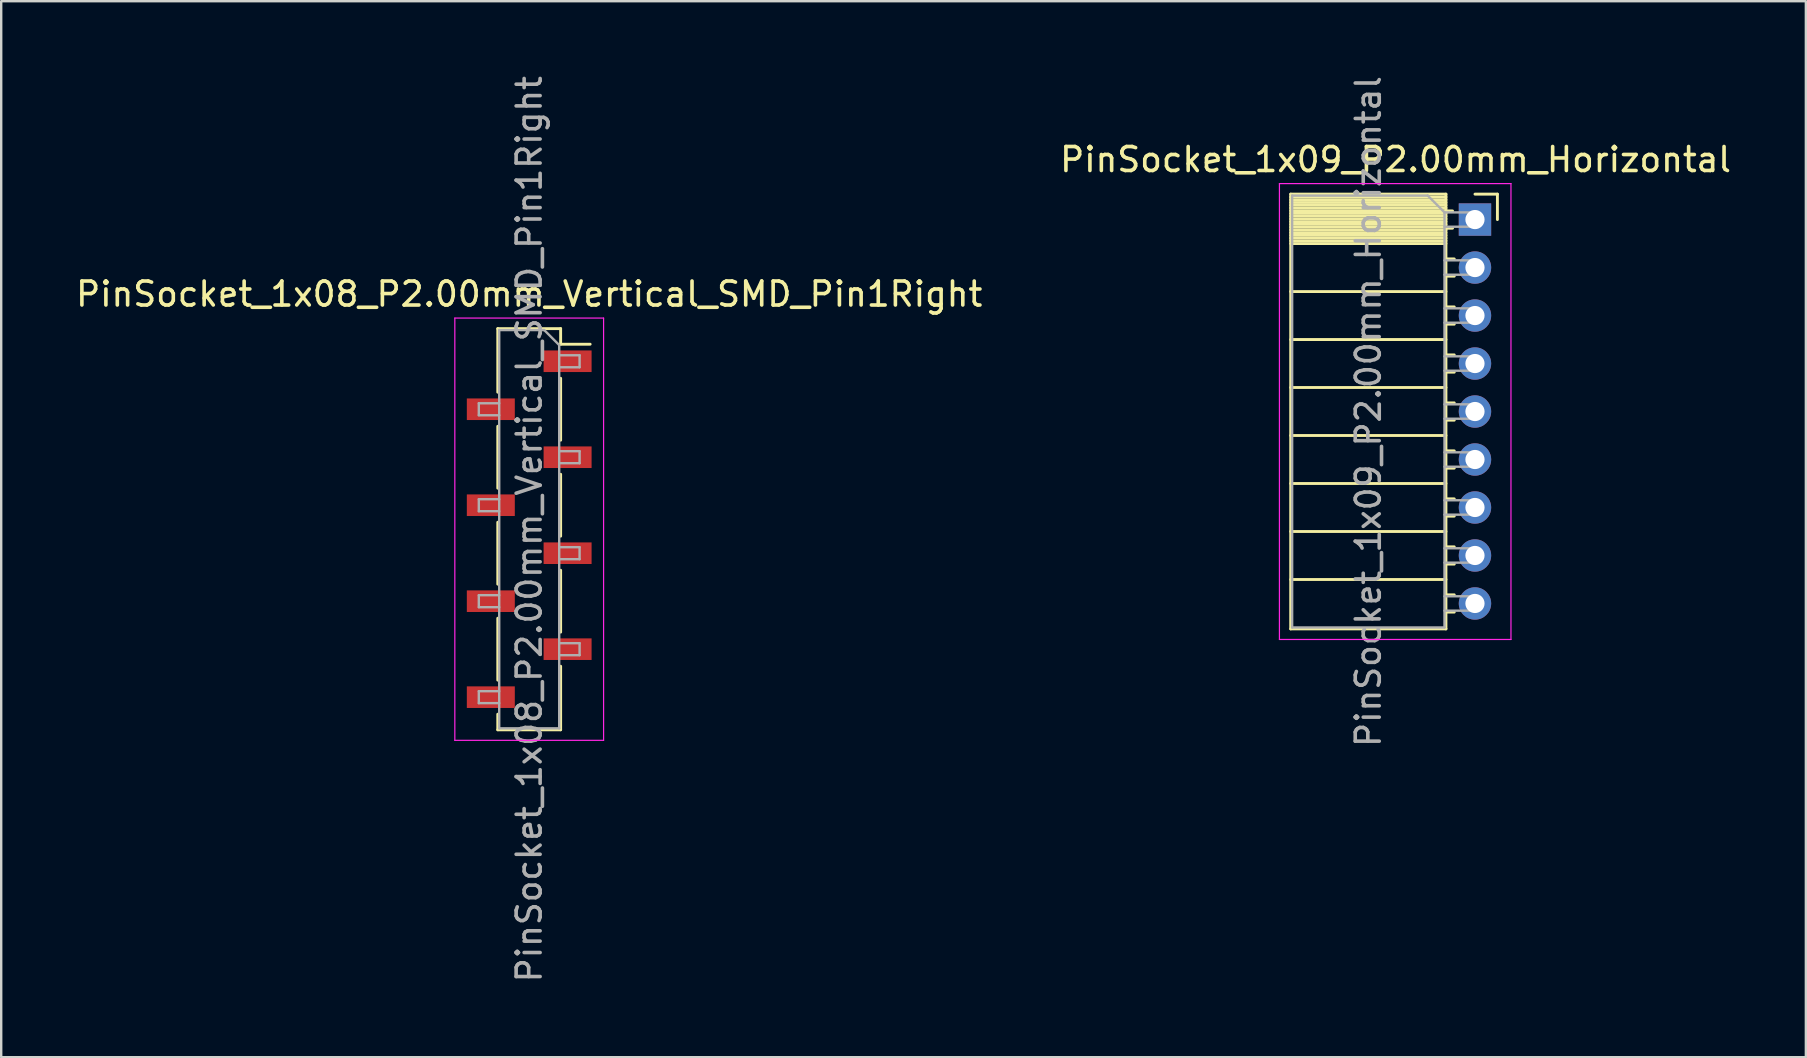
<source format=kicad_pcb>
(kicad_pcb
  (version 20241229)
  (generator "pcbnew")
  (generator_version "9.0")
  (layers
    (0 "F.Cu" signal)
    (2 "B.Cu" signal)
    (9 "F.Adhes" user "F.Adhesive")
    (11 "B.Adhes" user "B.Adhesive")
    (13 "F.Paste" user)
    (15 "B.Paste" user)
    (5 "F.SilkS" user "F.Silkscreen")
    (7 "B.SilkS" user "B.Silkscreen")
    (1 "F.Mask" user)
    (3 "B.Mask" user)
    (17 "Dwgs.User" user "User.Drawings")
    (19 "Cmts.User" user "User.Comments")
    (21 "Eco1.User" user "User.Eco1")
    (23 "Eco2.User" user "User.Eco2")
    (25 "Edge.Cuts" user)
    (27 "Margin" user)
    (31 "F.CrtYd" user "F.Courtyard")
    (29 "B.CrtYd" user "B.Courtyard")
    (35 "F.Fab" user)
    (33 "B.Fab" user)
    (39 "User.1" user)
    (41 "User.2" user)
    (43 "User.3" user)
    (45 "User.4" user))
  (footprint "PinSocket_1x08_P2.00mm_Vertical_SMD_Pin1Right"
    (layer "F.Cu")
    (at 19.006 19.006)
    (property "Reference" "PinSocket_1x08_P2.00mm_Vertical_SMD_Pin1Right" (at 0 -9.8 0) (layer "F.SilkS") (effects (font (size 1 1) (thickness 0.15))))
    (attr smd)
    (fp_line (start -1.31 -8.36) (end -1.31 -5.71) (stroke (width 0.12) (type solid)) (layer "F.SilkS"))
    (fp_line (start -1.31 -8.36) (end 1.31 -8.36) (stroke (width 0.12) (type solid)) (layer "F.SilkS"))
    (fp_line (start -1.31 -4.29) (end -1.31 -1.71) (stroke (width 0.12) (type solid)) (layer "F.SilkS"))
    (fp_line (start -1.31 -0.29) (end -1.31 2.29) (stroke (width 0.12) (type solid)) (layer "F.SilkS"))
    (fp_line (start -1.31 3.71) (end -1.31 6.29) (stroke (width 0.12) (type solid)) (layer "F.SilkS"))
    (fp_line (start -1.31 7.71) (end -1.31 8.36) (stroke (width 0.12) (type solid)) (layer "F.SilkS"))
    (fp_line (start -1.31 8.36) (end 1.31 8.36) (stroke (width 0.12) (type solid)) (layer "F.SilkS"))
    (fp_line (start 1.31 -8.36) (end 1.31 -7.71) (stroke (width 0.12) (type solid)) (layer "F.SilkS"))
    (fp_line (start 1.31 -7.71) (end 2.54 -7.71) (stroke (width 0.12) (type solid)) (layer "F.SilkS"))
    (fp_line (start 1.31 -6.29) (end 1.31 -3.71) (stroke (width 0.12) (type solid)) (layer "F.SilkS"))
    (fp_line (start 1.31 -2.29) (end 1.31 0.29) (stroke (width 0.12) (type solid)) (layer "F.SilkS"))
    (fp_line (start 1.31 1.71) (end 1.31 4.29) (stroke (width 0.12) (type solid)) (layer "F.SilkS"))
    (fp_line (start 1.31 5.71) (end 1.31 8.36) (stroke (width 0.12) (type solid)) (layer "F.SilkS"))
    (fp_line (start -3.1 -8.8) (end 3.1 -8.8) (stroke (width 0.05) (type solid)) (layer "F.CrtYd"))
    (fp_line (start -3.1 8.8) (end -3.1 -8.8) (stroke (width 0.05) (type solid)) (layer "F.CrtYd"))
    (fp_line (start 3.1 -8.8) (end 3.1 8.8) (stroke (width 0.05) (type solid)) (layer "F.CrtYd"))
    (fp_line (start 3.1 8.8) (end -3.1 8.8) (stroke (width 0.05) (type solid)) (layer "F.CrtYd"))
    (fp_line (start -2.1 -5.25) (end -1.25 -5.25) (stroke (width 0.1) (type solid)) (layer "F.Fab"))
    (fp_line (start -2.1 -4.75) (end -2.1 -5.25) (stroke (width 0.1) (type solid)) (layer "F.Fab"))
    (fp_line (start -2.1 -1.25) (end -1.25 -1.25) (stroke (width 0.1) (type solid)) (layer "F.Fab"))
    (fp_line (start -2.1 -0.75) (end -2.1 -1.25) (stroke (width 0.1) (type solid)) (layer "F.Fab"))
    (fp_line (start -2.1 2.75) (end -1.25 2.75) (stroke (width 0.1) (type solid)) (layer "F.Fab"))
    (fp_line (start -2.1 3.25) (end -2.1 2.75) (stroke (width 0.1) (type solid)) (layer "F.Fab"))
    (fp_line (start -2.1 6.75) (end -1.25 6.75) (stroke (width 0.1) (type solid)) (layer "F.Fab"))
    (fp_line (start -2.1 7.25) (end -2.1 6.75) (stroke (width 0.1) (type solid)) (layer "F.Fab"))
    (fp_line (start -1.25 -8.3) (end 0.625 -8.3) (stroke (width 0.1) (type solid)) (layer "F.Fab"))
    (fp_line (start -1.25 -4.75) (end -2.1 -4.75) (stroke (width 0.1) (type solid)) (layer "F.Fab"))
    (fp_line (start -1.25 -0.75) (end -2.1 -0.75) (stroke (width 0.1) (type solid)) (layer "F.Fab"))
    (fp_line (start -1.25 3.25) (end -2.1 3.25) (stroke (width 0.1) (type solid)) (layer "F.Fab"))
    (fp_line (start -1.25 7.25) (end -2.1 7.25) (stroke (width 0.1) (type solid)) (layer "F.Fab"))
    (fp_line (start -1.25 8.3) (end -1.25 -8.3) (stroke (width 0.1) (type solid)) (layer "F.Fab"))
    (fp_line (start 0.625 -8.3) (end 1.25 -7.675) (stroke (width 0.1) (type solid)) (layer "F.Fab"))
    (fp_line (start 1.25 -7.675) (end 1.25 8.3) (stroke (width 0.1) (type solid)) (layer "F.Fab"))
    (fp_line (start 1.25 -7.25) (end 2.1 -7.25) (stroke (width 0.1) (type solid)) (layer "F.Fab"))
    (fp_line (start 1.25 -3.25) (end 2.1 -3.25) (stroke (width 0.1) (type solid)) (layer "F.Fab"))
    (fp_line (start 1.25 0.75) (end 2.1 0.75) (stroke (width 0.1) (type solid)) (layer "F.Fab"))
    (fp_line (start 1.25 4.75) (end 2.1 4.75) (stroke (width 0.1) (type solid)) (layer "F.Fab"))
    (fp_line (start 1.25 8.3) (end -1.25 8.3) (stroke (width 0.1) (type solid)) (layer "F.Fab"))
    (fp_line (start 2.1 -7.25) (end 2.1 -6.75) (stroke (width 0.1) (type solid)) (layer "F.Fab"))
    (fp_line (start 2.1 -6.75) (end 1.25 -6.75) (stroke (width 0.1) (type solid)) (layer "F.Fab"))
    (fp_line (start 2.1 -3.25) (end 2.1 -2.75) (stroke (width 0.1) (type solid)) (layer "F.Fab"))
    (fp_line (start 2.1 -2.75) (end 1.25 -2.75) (stroke (width 0.1) (type solid)) (layer "F.Fab"))
    (fp_line (start 2.1 0.75) (end 2.1 1.25) (stroke (width 0.1) (type solid)) (layer "F.Fab"))
    (fp_line (start 2.1 1.25) (end 1.25 1.25) (stroke (width 0.1) (type solid)) (layer "F.Fab"))
    (fp_line (start 2.1 4.75) (end 2.1 5.25) (stroke (width 0.1) (type solid)) (layer "F.Fab"))
    (fp_line (start 2.1 5.25) (end 1.25 5.25) (stroke (width 0.1) (type solid)) (layer "F.Fab"))
    (fp_text user "${REFERENCE}" (at 0 0 90) (layer "F.Fab") (effects (font (size 1 1) (thickness 0.15))))
    (pad "1" smd rect (at 1.6 -7) (size 2 0.9) (layers "F.Cu" "F.Mask" "F.Paste"))
    (pad "2" smd rect (at -1.6 -5) (size 2 0.9) (layers "F.Cu" "F.Mask" "F.Paste"))
    (pad "3" smd rect (at 1.6 -3) (size 2 0.9) (layers "F.Cu" "F.Mask" "F.Paste"))
    (pad "4" smd rect (at -1.6 -1) (size 2 0.9) (layers "F.Cu" "F.Mask" "F.Paste"))
    (pad "5" smd rect (at 1.6 1) (size 2 0.9) (layers "F.Cu" "F.Mask" "F.Paste"))
    (pad "6" smd rect (at -1.6 3) (size 2 0.9) (layers "F.Cu" "F.Mask" "F.Paste"))
    (pad "7" smd rect (at 1.6 5) (size 2 0.9) (layers "F.Cu" "F.Mask" "F.Paste"))
    (pad "8" smd rect (at -1.6 7) (size 2 0.9) (layers "F.Cu" "F.Mask" "F.Paste")))
  (footprint "PinSocket_1x09_P2.00mm_Horizontal"
    (layer "F.Cu")
    (at 58.423 6.101)
    (property "Reference" "PinSocket_1x09_P2.00mm_Horizontal" (at -3.31 -2.5 0) (layer "F.SilkS") (effects (font (size 1 1) (thickness 0.15))))
    (attr through_hole)
    (fp_line (start -7.68 -1.06) (end -7.68 17.06) (stroke (width 0.12) (type solid)) (layer "F.SilkS"))
    (fp_line (start -7.68 -1.06) (end -1.21 -1.06) (stroke (width 0.12) (type solid)) (layer "F.SilkS"))
    (fp_line (start -7.68 -0.94) (end -1.21 -0.94) (stroke (width 0.12) (type solid)) (layer "F.SilkS"))
    (fp_line (start -7.68 -0.826) (end -1.21 -0.826) (stroke (width 0.12) (type solid)) (layer "F.SilkS"))
    (fp_line (start -7.68 -0.712) (end -1.21 -0.712) (stroke (width 0.12) (type solid)) (layer "F.SilkS"))
    (fp_line (start -7.68 -0.598) (end -1.21 -0.598) (stroke (width 0.12) (type solid)) (layer "F.SilkS"))
    (fp_line (start -7.68 -0.484) (end -1.21 -0.484) (stroke (width 0.12) (type solid)) (layer "F.SilkS"))
    (fp_line (start -7.68 -0.369) (end -1.21 -0.369) (stroke (width 0.12) (type solid)) (layer "F.SilkS"))
    (fp_line (start -7.68 -0.255) (end -1.21 -0.255) (stroke (width 0.12) (type solid)) (layer "F.SilkS"))
    (fp_line (start -7.68 -0.141) (end -1.21 -0.141) (stroke (width 0.12) (type solid)) (layer "F.SilkS"))
    (fp_line (start -7.68 -0.027) (end -1.21 -0.027) (stroke (width 0.12) (type solid)) (layer "F.SilkS"))
    (fp_line (start -7.68 0.087) (end -1.21 0.087) (stroke (width 0.12) (type solid)) (layer "F.SilkS"))
    (fp_line (start -7.68 0.201) (end -1.21 0.201) (stroke (width 0.12) (type solid)) (layer "F.SilkS"))
    (fp_line (start -7.68 0.315) (end -1.21 0.315) (stroke (width 0.12) (type solid)) (layer "F.SilkS"))
    (fp_line (start -7.68 0.429) (end -1.21 0.429) (stroke (width 0.12) (type solid)) (layer "F.SilkS"))
    (fp_line (start -7.68 0.544) (end -1.21 0.544) (stroke (width 0.12) (type solid)) (layer "F.SilkS"))
    (fp_line (start -7.68 0.658) (end -1.21 0.658) (stroke (width 0.12) (type solid)) (layer "F.SilkS"))
    (fp_line (start -7.68 0.772) (end -1.21 0.772) (stroke (width 0.12) (type solid)) (layer "F.SilkS"))
    (fp_line (start -7.68 0.886) (end -1.21 0.886) (stroke (width 0.12) (type solid)) (layer "F.SilkS"))
    (fp_line (start -7.68 1) (end -1.21 1) (stroke (width 0.12) (type solid)) (layer "F.SilkS"))
    (fp_line (start -7.68 3) (end -1.21 3) (stroke (width 0.12) (type solid)) (layer "F.SilkS"))
    (fp_line (start -7.68 5) (end -1.21 5) (stroke (width 0.12) (type solid)) (layer "F.SilkS"))
    (fp_line (start -7.68 7) (end -1.21 7) (stroke (width 0.12) (type solid)) (layer "F.SilkS"))
    (fp_line (start -7.68 9) (end -1.21 9) (stroke (width 0.12) (type solid)) (layer "F.SilkS"))
    (fp_line (start -7.68 11) (end -1.21 11) (stroke (width 0.12) (type solid)) (layer "F.SilkS"))
    (fp_line (start -7.68 13) (end -1.21 13) (stroke (width 0.12) (type solid)) (layer "F.SilkS"))
    (fp_line (start -7.68 15) (end -1.21 15) (stroke (width 0.12) (type solid)) (layer "F.SilkS"))
    (fp_line (start -7.68 17.06) (end -1.21 17.06) (stroke (width 0.12) (type solid)) (layer "F.SilkS"))
    (fp_line (start -1.21 -1.06) (end -1.21 17.06) (stroke (width 0.12) (type solid)) (layer "F.SilkS"))
    (fp_line (start -1.21 -0.36) (end -0.935 -0.36) (stroke (width 0.12) (type solid)) (layer "F.SilkS"))
    (fp_line (start -1.21 0.36) (end -0.935 0.36) (stroke (width 0.12) (type solid)) (layer "F.SilkS"))
    (fp_line (start -1.21 1.64) (end -0.863 1.64) (stroke (width 0.12) (type solid)) (layer "F.SilkS"))
    (fp_line (start -1.21 2.36) (end -0.863 2.36) (stroke (width 0.12) (type solid)) (layer "F.SilkS"))
    (fp_line (start -1.21 3.64) (end -0.863 3.64) (stroke (width 0.12) (type solid)) (layer "F.SilkS"))
    (fp_line (start -1.21 4.36) (end -0.863 4.36) (stroke (width 0.12) (type solid)) (layer "F.SilkS"))
    (fp_line (start -1.21 5.64) (end -0.863 5.64) (stroke (width 0.12) (type solid)) (layer "F.SilkS"))
    (fp_line (start -1.21 6.36) (end -0.863 6.36) (stroke (width 0.12) (type solid)) (layer "F.SilkS"))
    (fp_line (start -1.21 7.64) (end -0.863 7.64) (stroke (width 0.12) (type solid)) (layer "F.SilkS"))
    (fp_line (start -1.21 8.36) (end -0.863 8.36) (stroke (width 0.12) (type solid)) (layer "F.SilkS"))
    (fp_line (start -1.21 9.64) (end -0.863 9.64) (stroke (width 0.12) (type solid)) (layer "F.SilkS"))
    (fp_line (start -1.21 10.36) (end -0.863 10.36) (stroke (width 0.12) (type solid)) (layer "F.SilkS"))
    (fp_line (start -1.21 11.64) (end -0.863 11.64) (stroke (width 0.12) (type solid)) (layer "F.SilkS"))
    (fp_line (start -1.21 12.36) (end -0.863 12.36) (stroke (width 0.12) (type solid)) (layer "F.SilkS"))
    (fp_line (start -1.21 13.64) (end -0.863 13.64) (stroke (width 0.12) (type solid)) (layer "F.SilkS"))
    (fp_line (start -1.21 14.36) (end -0.863 14.36) (stroke (width 0.12) (type solid)) (layer "F.SilkS"))
    (fp_line (start -1.21 15.64) (end -0.863 15.64) (stroke (width 0.12) (type solid)) (layer "F.SilkS"))
    (fp_line (start -1.21 16.36) (end -0.863 16.36) (stroke (width 0.12) (type solid)) (layer "F.SilkS"))
    (fp_line (start 0 -1.06) (end 0.935 -1.06) (stroke (width 0.12) (type solid)) (layer "F.SilkS"))
    (fp_line (start 0.935 -1.06) (end 0.935 0) (stroke (width 0.12) (type solid)) (layer "F.SilkS"))
    (fp_line (start -8.15 -1.5) (end -8.15 17.5) (stroke (width 0.05) (type solid)) (layer "F.CrtYd"))
    (fp_line (start -8.15 17.5) (end 1.5 17.5) (stroke (width 0.05) (type solid)) (layer "F.CrtYd"))
    (fp_line (start 1.5 -1.5) (end -8.15 -1.5) (stroke (width 0.05) (type solid)) (layer "F.CrtYd"))
    (fp_line (start 1.5 17.5) (end 1.5 -1.5) (stroke (width 0.05) (type solid)) (layer "F.CrtYd"))
    (fp_line (start -7.62 -1) (end -1.97 -1) (stroke (width 0.1) (type solid)) (layer "F.Fab"))
    (fp_line (start -7.62 17) (end -7.62 -1) (stroke (width 0.1) (type solid)) (layer "F.Fab"))
    (fp_line (start -1.97 -1) (end -1.27 -0.3) (stroke (width 0.1) (type solid)) (layer "F.Fab"))
    (fp_line (start -1.27 -0.3) (end -1.27 17) (stroke (width 0.1) (type solid)) (layer "F.Fab"))
    (fp_line (start -1.27 0.3) (end 0 0.3) (stroke (width 0.1) (type solid)) (layer "F.Fab"))
    (fp_line (start -1.27 2.3) (end 0 2.3) (stroke (width 0.1) (type solid)) (layer "F.Fab"))
    (fp_line (start -1.27 4.3) (end 0 4.3) (stroke (width 0.1) (type solid)) (layer "F.Fab"))
    (fp_line (start -1.27 6.3) (end 0 6.3) (stroke (width 0.1) (type solid)) (layer "F.Fab"))
    (fp_line (start -1.27 8.3) (end 0 8.3) (stroke (width 0.1) (type solid)) (layer "F.Fab"))
    (fp_line (start -1.27 10.3) (end 0 10.3) (stroke (width 0.1) (type solid)) (layer "F.Fab"))
    (fp_line (start -1.27 12.3) (end 0 12.3) (stroke (width 0.1) (type solid)) (layer "F.Fab"))
    (fp_line (start -1.27 14.3) (end 0 14.3) (stroke (width 0.1) (type solid)) (layer "F.Fab"))
    (fp_line (start -1.27 16.3) (end 0 16.3) (stroke (width 0.1) (type solid)) (layer "F.Fab"))
    (fp_line (start -1.27 17) (end -7.62 17) (stroke (width 0.1) (type solid)) (layer "F.Fab"))
    (fp_line (start 0 -0.3) (end -1.27 -0.3) (stroke (width 0.1) (type solid)) (layer "F.Fab"))
    (fp_line (start 0 0.3) (end 0 -0.3) (stroke (width 0.1) (type solid)) (layer "F.Fab"))
    (fp_line (start 0 1.7) (end -1.27 1.7) (stroke (width 0.1) (type solid)) (layer "F.Fab"))
    (fp_line (start 0 2.3) (end 0 1.7) (stroke (width 0.1) (type solid)) (layer "F.Fab"))
    (fp_line (start 0 3.7) (end -1.27 3.7) (stroke (width 0.1) (type solid)) (layer "F.Fab"))
    (fp_line (start 0 4.3) (end 0 3.7) (stroke (width 0.1) (type solid)) (layer "F.Fab"))
    (fp_line (start 0 5.7) (end -1.27 5.7) (stroke (width 0.1) (type solid)) (layer "F.Fab"))
    (fp_line (start 0 6.3) (end 0 5.7) (stroke (width 0.1) (type solid)) (layer "F.Fab"))
    (fp_line (start 0 7.7) (end -1.27 7.7) (stroke (width 0.1) (type solid)) (layer "F.Fab"))
    (fp_line (start 0 8.3) (end 0 7.7) (stroke (width 0.1) (type solid)) (layer "F.Fab"))
    (fp_line (start 0 9.7) (end -1.27 9.7) (stroke (width 0.1) (type solid)) (layer "F.Fab"))
    (fp_line (start 0 10.3) (end 0 9.7) (stroke (width 0.1) (type solid)) (layer "F.Fab"))
    (fp_line (start 0 11.7) (end -1.27 11.7) (stroke (width 0.1) (type solid)) (layer "F.Fab"))
    (fp_line (start 0 12.3) (end 0 11.7) (stroke (width 0.1) (type solid)) (layer "F.Fab"))
    (fp_line (start 0 13.7) (end -1.27 13.7) (stroke (width 0.1) (type solid)) (layer "F.Fab"))
    (fp_line (start 0 14.3) (end 0 13.7) (stroke (width 0.1) (type solid)) (layer "F.Fab"))
    (fp_line (start 0 15.7) (end -1.27 15.7) (stroke (width 0.1) (type solid)) (layer "F.Fab"))
    (fp_line (start 0 16.3) (end 0 15.7) (stroke (width 0.1) (type solid)) (layer "F.Fab"))
    (fp_text user "${REFERENCE}" (at -4.445 8 90) (layer "F.Fab") (effects (font (size 1 1) (thickness 0.15))))
    (pad "1" thru_hole rect (at 0 0) (size 1.35 1.35) (drill 0.8) (layers "*.Cu" "*.Mask"))
    (pad "2" thru_hole oval (at 0 2) (size 1.35 1.35) (drill 0.8) (layers "*.Cu" "*.Mask"))
    (pad "3" thru_hole oval (at 0 4) (size 1.35 1.35) (drill 0.8) (layers "*.Cu" "*.Mask"))
    (pad "4" thru_hole oval (at 0 6) (size 1.35 1.35) (drill 0.8) (layers "*.Cu" "*.Mask"))
    (pad "5" thru_hole oval (at 0 8) (size 1.35 1.35) (drill 0.8) (layers "*.Cu" "*.Mask"))
    (pad "6" thru_hole oval (at 0 10) (size 1.35 1.35) (drill 0.8) (layers "*.Cu" "*.Mask"))
    (pad "7" thru_hole oval (at 0 12) (size 1.35 1.35) (drill 0.8) (layers "*.Cu" "*.Mask"))
    (pad "8" thru_hole oval (at 0 14) (size 1.35 1.35) (drill 0.8) (layers "*.Cu" "*.Mask"))
    (pad "9" thru_hole oval (at 0 16) (size 1.35 1.35) (drill 0.8) (layers "*.Cu" "*.Mask")))
  (gr_rect
    (start -3 -3)
    (end 72.214 41.012)
    (stroke (width 0.1) (type default))
    (fill no)
    (layer "Edge.Cuts")))
</source>
